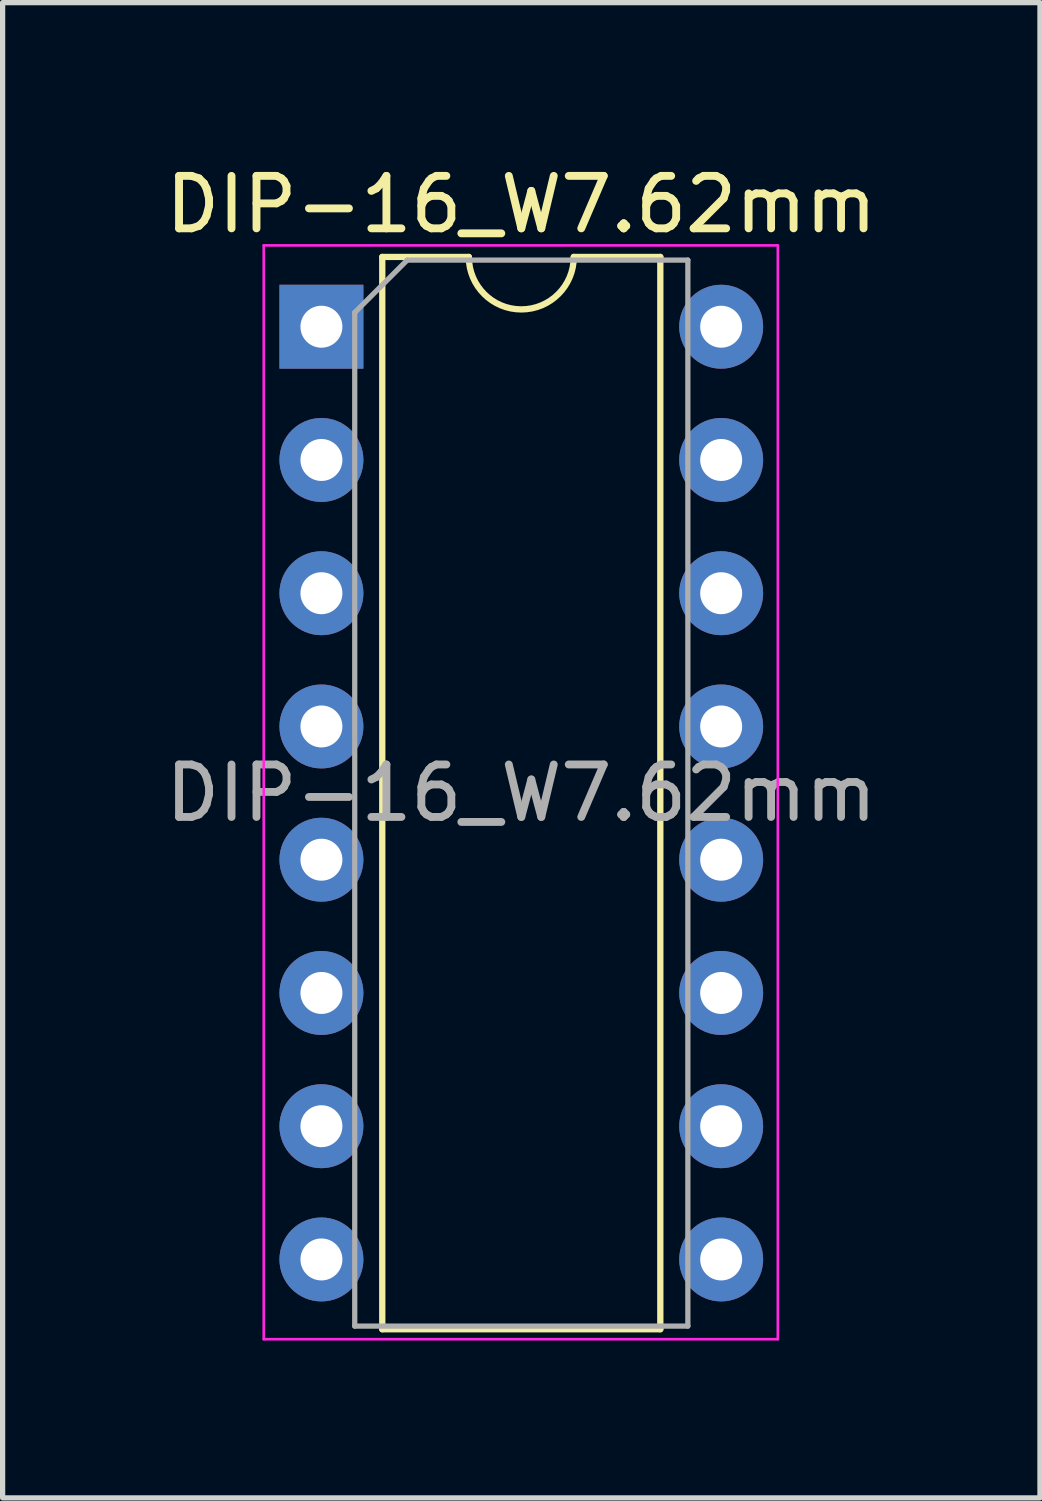
<source format=kicad_pcb>
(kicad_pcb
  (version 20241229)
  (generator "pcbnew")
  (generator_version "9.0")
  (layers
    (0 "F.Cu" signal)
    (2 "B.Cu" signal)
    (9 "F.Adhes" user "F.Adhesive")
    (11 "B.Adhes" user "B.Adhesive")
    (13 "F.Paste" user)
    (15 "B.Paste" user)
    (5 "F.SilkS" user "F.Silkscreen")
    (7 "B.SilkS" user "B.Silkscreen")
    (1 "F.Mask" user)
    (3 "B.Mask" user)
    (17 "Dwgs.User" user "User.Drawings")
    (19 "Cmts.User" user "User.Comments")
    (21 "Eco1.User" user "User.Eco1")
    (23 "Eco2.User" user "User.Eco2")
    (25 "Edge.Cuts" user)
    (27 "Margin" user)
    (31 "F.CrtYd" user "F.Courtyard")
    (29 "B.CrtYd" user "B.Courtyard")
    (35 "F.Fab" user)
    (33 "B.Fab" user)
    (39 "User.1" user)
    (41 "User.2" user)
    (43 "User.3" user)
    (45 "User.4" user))
  (footprint "DIP-16_W7.62mm"
    (layer "F.Cu")
    (at 3.077 3.178)
    (property "Reference" "DIP-16_W7.62mm" (at 3.81 -2.33 0) (layer "F.SilkS") (effects (font (size 1 1) (thickness 0.15))))
    (attr through_hole)
    (fp_line (start 1.16 -1.33) (end 1.16 19.11) (stroke (width 0.12) (type solid)) (layer "F.SilkS"))
    (fp_line (start 1.16 19.11) (end 6.46 19.11) (stroke (width 0.12) (type solid)) (layer "F.SilkS"))
    (fp_line (start 2.81 -1.33) (end 1.16 -1.33) (stroke (width 0.12) (type solid)) (layer "F.SilkS"))
    (fp_line (start 6.46 -1.33) (end 4.81 -1.33) (stroke (width 0.12) (type solid)) (layer "F.SilkS"))
    (fp_line (start 6.46 19.11) (end 6.46 -1.33) (stroke (width 0.12) (type solid)) (layer "F.SilkS"))
    (fp_arc (start 4.81 -1.33) (mid 3.81 -0.33) (end 2.81 -1.33) (stroke (width 0.12) (type solid)) (layer "F.SilkS"))
    (fp_line (start -1.1 -1.55) (end -1.1 19.3) (stroke (width 0.05) (type solid)) (layer "F.CrtYd"))
    (fp_line (start -1.1 19.3) (end 8.7 19.3) (stroke (width 0.05) (type solid)) (layer "F.CrtYd"))
    (fp_line (start 8.7 -1.55) (end -1.1 -1.55) (stroke (width 0.05) (type solid)) (layer "F.CrtYd"))
    (fp_line (start 8.7 19.3) (end 8.7 -1.55) (stroke (width 0.05) (type solid)) (layer "F.CrtYd"))
    (fp_line (start 0.635 -0.27) (end 1.635 -1.27) (stroke (width 0.1) (type solid)) (layer "F.Fab"))
    (fp_line (start 0.635 19.05) (end 0.635 -0.27) (stroke (width 0.1) (type solid)) (layer "F.Fab"))
    (fp_line (start 1.635 -1.27) (end 6.985 -1.27) (stroke (width 0.1) (type solid)) (layer "F.Fab"))
    (fp_line (start 6.985 -1.27) (end 6.985 19.05) (stroke (width 0.1) (type solid)) (layer "F.Fab"))
    (fp_line (start 6.985 19.05) (end 0.635 19.05) (stroke (width 0.1) (type solid)) (layer "F.Fab"))
    (fp_text user "${REFERENCE}" (at 3.81 8.89 0) (layer "F.Fab") (effects (font (size 1 1) (thickness 0.15))))
    (pad "1" thru_hole rect (at 0 0) (size 1.6 1.6) (drill 0.8) (layers "*.Cu" "*.Mask"))
    (pad "2" thru_hole oval (at 0 2.54) (size 1.6 1.6) (drill 0.8) (layers "*.Cu" "*.Mask"))
    (pad "3" thru_hole oval (at 0 5.08) (size 1.6 1.6) (drill 0.8) (layers "*.Cu" "*.Mask"))
    (pad "4" thru_hole oval (at 0 7.62) (size 1.6 1.6) (drill 0.8) (layers "*.Cu" "*.Mask"))
    (pad "5" thru_hole oval (at 0 10.16) (size 1.6 1.6) (drill 0.8) (layers "*.Cu" "*.Mask"))
    (pad "6" thru_hole oval (at 0 12.7) (size 1.6 1.6) (drill 0.8) (layers "*.Cu" "*.Mask"))
    (pad "7" thru_hole oval (at 0 15.24) (size 1.6 1.6) (drill 0.8) (layers "*.Cu" "*.Mask"))
    (pad "8" thru_hole oval (at 0 17.78) (size 1.6 1.6) (drill 0.8) (layers "*.Cu" "*.Mask"))
    (pad "9" thru_hole oval (at 7.62 17.78) (size 1.6 1.6) (drill 0.8) (layers "*.Cu" "*.Mask"))
    (pad "10" thru_hole oval (at 7.62 15.24) (size 1.6 1.6) (drill 0.8) (layers "*.Cu" "*.Mask"))
    (pad "11" thru_hole oval (at 7.62 12.7) (size 1.6 1.6) (drill 0.8) (layers "*.Cu" "*.Mask"))
    (pad "12" thru_hole oval (at 7.62 10.16) (size 1.6 1.6) (drill 0.8) (layers "*.Cu" "*.Mask"))
    (pad "13" thru_hole oval (at 7.62 7.62) (size 1.6 1.6) (drill 0.8) (layers "*.Cu" "*.Mask"))
    (pad "14" thru_hole oval (at 7.62 5.08) (size 1.6 1.6) (drill 0.8) (layers "*.Cu" "*.Mask"))
    (pad "15" thru_hole oval (at 7.62 2.54) (size 1.6 1.6) (drill 0.8) (layers "*.Cu" "*.Mask"))
    (pad "16" thru_hole oval (at 7.62 0) (size 1.6 1.6) (drill 0.8) (layers "*.Cu" "*.Mask")))
  (gr_rect
    (start -3 -3)
    (end 16.774 25.503)
    (stroke (width 0.1) (type default))
    (fill no)
    (layer "Edge.Cuts")))
</source>
